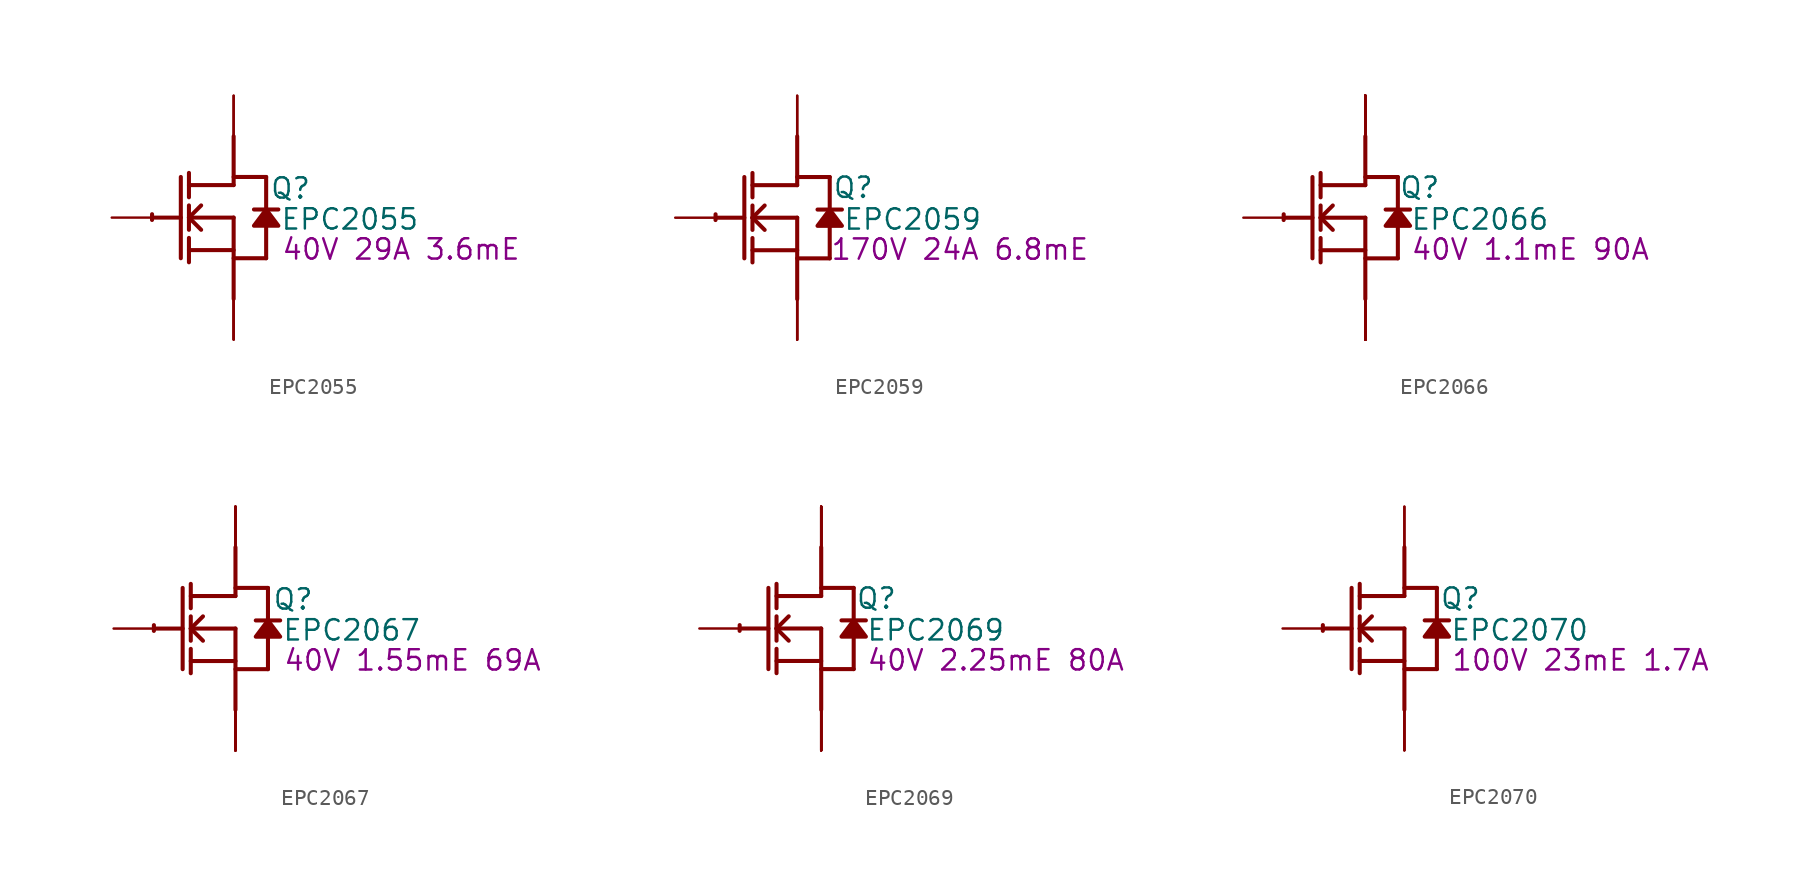
<source format=kicad_sym>
(kicad_symbol_lib
  (version 20241209)
  (generator "kicad_symbol_editor")
  (generator_version "9.0")
  (symbol "EPC2055"
    (property "Reference" "Q"
      (at 3.556 1.829 0)
      (effects (font (size 1.27 1.27))))
    (property "Value" "EPC2055"
      (at 7.264 -0.102 0)
      (effects (font (size 1.27 1.27))))
    (property "Description" "40V 29A 3.6mE"
      (at 10.465 -1.981 0)
      (effects (font (size 1.27 1.27))))
    (symbol "EPC2055_1_0"
      (polyline (pts (xy -5.08 0) (xy -3.302 0)) (stroke (width 0.254) (type solid)) (fill (type none)))
      (polyline (pts (xy -3.302 2.54) (xy -3.302 -2.54)) (stroke (width 0.254) (type solid)) (fill (type none)))
      (polyline (pts (xy -2.794 1.27) (xy -2.794 2.794)) (stroke (width 0.254) (type solid)) (fill (type none)))
      (polyline (pts (xy -2.794 0) (xy -2.032 0.762)) (stroke (width 0.254) (type solid)) (fill (type none)))
      (polyline (pts (xy -2.794 0) (xy 0 0)) (stroke (width 0.254) (type solid)) (fill (type none)))
      (polyline (pts (xy -2.794 -0.762) (xy -2.794 0.762)) (stroke (width 0.254) (type solid)) (fill (type none)))
      (polyline (pts (xy -2.794 -2.032) (xy 0 -2.032)) (stroke (width 0.254) (type solid)) (fill (type none)))
      (polyline (pts (xy -2.794 -2.794) (xy -2.794 -1.27)) (stroke (width 0.254) (type solid)) (fill (type none)))
      (polyline (pts (xy -2.032 -0.762) (xy -2.794 0)) (stroke (width 0.254) (type solid)) (fill (type none)))
      (polyline (pts (xy 0 2.54) (xy 2.032 2.54)) (stroke (width 0.254) (type solid)) (fill (type none)))
      (polyline (pts (xy 0 2.032) (xy -2.794 2.032)) (stroke (width 0.254) (type solid)) (fill (type none)))
      (polyline (pts (xy 0 2.032) (xy 0 5.08)) (stroke (width 0.254) (type solid)) (fill (type none)))
      (polyline (pts (xy 0 0) (xy 0 -5.08)) (stroke (width 0.254) (type solid)) (fill (type none)))
      (polyline (pts (xy 0 -2.54) (xy 2.032 -2.54)) (stroke (width 0.254) (type solid)) (fill (type none)))
      (arc (start -5.1019 -0.1467) (mid -5.1039 0.0331) (end -5.0996 0.2128) (stroke (width 0.254) (type solid)) (fill (type none)))
      (polyline (pts (xy 2.032 2.54) (xy 2.032 0.508)) (stroke (width 0.254) (type solid)) (fill (type none)))
      (polyline (pts (xy 2.032 0.508) (xy 1.27 -0.508) (xy 2.794 -0.508) (xy 2.032 0.508)) (stroke (width 0.254) (type solid)) (fill (type outline)))
      (polyline (pts (xy 2.032 -0.508) (xy 2.032 -2.54)) (stroke (width 0.254) (type solid)) (fill (type none)))
      (polyline (pts (xy 2.794 0.508) (xy 1.27 0.508)) (stroke (width 0.254) (type solid)) (fill (type none)))
      (pin passive line (at -7.62 0 0) (length 2.54) (name "G" (effects (font (size 0 0)))) (number "1" (effects (font (size 0 0)))))
      (pin open_collector line (at 0 7.62 270) (length 2.54) (name "D" (effects (font (size 0 0)))) (number "3" (effects (font (size 0 0)))))
      (pin open_collector line (at 0 7.62 270) (length 2.54) (name "D" (effects (font (size 0 0)))) (number "5" (effects (font (size 0 0)))))
      (pin open_emitter line (at 0 -7.62 90) (length 2.54) (name "S" (effects (font (size 0 0)))) (number "2" (effects (font (size 0 0)))))
      (pin open_emitter line (at 0 -7.62 90) (length 2.54) (name "S" (effects (font (size 0 0)))) (number "4" (effects (font (size 0 0)))))
      (pin open_emitter line (at 0 -7.62 90) (length 2.54) (name "S" (effects (font (size 0 0)))) (number "6" (effects (font (size 0 0)))))))
  (symbol "EPC2059"
    (property "Reference" "Q"
      (at 3.505 1.88 0)
      (effects (font (size 1.27 1.27))))
    (property "Value" "EPC2059"
      (at 7.214 -0.102 0)
      (effects (font (size 1.27 1.27))))
    (property "Description" "170V 24A 6.8mE"
      (at 10.16 -1.981 0)
      (effects (font (size 1.27 1.27))))
    (symbol "EPC2059_1_0"
      (polyline (pts (xy -5.08 0) (xy -3.302 0)) (stroke (width 0.254) (type solid)) (fill (type none)))
      (polyline (pts (xy -3.302 2.54) (xy -3.302 -2.54)) (stroke (width 0.254) (type solid)) (fill (type none)))
      (polyline (pts (xy -2.794 1.27) (xy -2.794 2.794)) (stroke (width 0.254) (type solid)) (fill (type none)))
      (polyline (pts (xy -2.794 0) (xy -2.032 0.762)) (stroke (width 0.254) (type solid)) (fill (type none)))
      (polyline (pts (xy -2.794 0) (xy 0 0)) (stroke (width 0.254) (type solid)) (fill (type none)))
      (polyline (pts (xy -2.794 -0.762) (xy -2.794 0.762)) (stroke (width 0.254) (type solid)) (fill (type none)))
      (polyline (pts (xy -2.794 -2.032) (xy 0 -2.032)) (stroke (width 0.254) (type solid)) (fill (type none)))
      (polyline (pts (xy -2.794 -2.794) (xy -2.794 -1.27)) (stroke (width 0.254) (type solid)) (fill (type none)))
      (polyline (pts (xy -2.032 -0.762) (xy -2.794 0)) (stroke (width 0.254) (type solid)) (fill (type none)))
      (polyline (pts (xy 0 2.54) (xy 2.032 2.54)) (stroke (width 0.254) (type solid)) (fill (type none)))
      (polyline (pts (xy 0 2.032) (xy -2.794 2.032)) (stroke (width 0.254) (type solid)) (fill (type none)))
      (polyline (pts (xy 0 2.032) (xy 0 5.08)) (stroke (width 0.254) (type solid)) (fill (type none)))
      (polyline (pts (xy 0 0) (xy 0 -5.08)) (stroke (width 0.254) (type solid)) (fill (type none)))
      (polyline (pts (xy 0 -2.54) (xy 2.032 -2.54)) (stroke (width 0.254) (type solid)) (fill (type none)))
      (arc (start -5.1019 -0.1467) (mid -5.1039 0.0331) (end -5.0996 0.2128) (stroke (width 0.254) (type solid)) (fill (type none)))
      (polyline (pts (xy 2.032 2.54) (xy 2.032 0.508)) (stroke (width 0.254) (type solid)) (fill (type none)))
      (polyline (pts (xy 2.032 0.508) (xy 1.27 -0.508) (xy 2.794 -0.508) (xy 2.032 0.508)) (stroke (width 0.254) (type solid)) (fill (type outline)))
      (polyline (pts (xy 2.032 -0.508) (xy 2.032 -2.54)) (stroke (width 0.254) (type solid)) (fill (type none)))
      (polyline (pts (xy 2.794 0.508) (xy 1.27 0.508)) (stroke (width 0.254) (type solid)) (fill (type none)))
      (pin passive line (at -7.62 0 0) (length 2.54) (name "G" (effects (font (size 0 0)))) (number "1" (effects (font (size 0 0)))))
      (pin passive line (at 0 7.62 270) (length 2.54) (name "D" (effects (font (size 0 0)))) (number "3" (effects (font (size 0 0)))))
      (pin passive line (at 0 7.62 270) (length 2.54) (name "D" (effects (font (size 0 0)))) (number "5" (effects (font (size 0 0)))))
      (pin passive line (at 0 -7.62 90) (length 2.54) (name "S" (effects (font (size 0 0)))) (number "2" (effects (font (size 0 0)))))
      (pin passive line (at 0 -7.62 90) (length 2.54) (name "S" (effects (font (size 0 0)))) (number "4" (effects (font (size 0 0)))))
      (pin passive line (at 0 -7.62 90) (length 2.54) (name "S" (effects (font (size 0 0)))) (number "6" (effects (font (size 0 0)))))))
  (symbol "EPC2066"
    (property "Reference" "Q"
      (at 3.404 1.88 0)
      (effects (font (size 1.27 1.27))))
    (property "Value" "EPC2066"
      (at 7.163 -0.102 0)
      (effects (font (size 1.27 1.27))))
    (property "Description" "40V 1.1mE 90A"
      (at 10.312 -1.981 0)
      (effects (font (size 1.27 1.27))))
    (symbol "EPC2066_1_0"
      (polyline (pts (xy -5.08 0) (xy -3.302 0)) (stroke (width 0.254) (type solid)) (fill (type none)))
      (polyline (pts (xy -3.302 2.54) (xy -3.302 -2.54)) (stroke (width 0.254) (type solid)) (fill (type none)))
      (polyline (pts (xy -2.794 1.27) (xy -2.794 2.794)) (stroke (width 0.254) (type solid)) (fill (type none)))
      (polyline (pts (xy -2.794 0) (xy -2.032 0.762)) (stroke (width 0.254) (type solid)) (fill (type none)))
      (polyline (pts (xy -2.794 0) (xy 0 0)) (stroke (width 0.254) (type solid)) (fill (type none)))
      (polyline (pts (xy -2.794 -0.762) (xy -2.794 0.762)) (stroke (width 0.254) (type solid)) (fill (type none)))
      (polyline (pts (xy -2.794 -2.032) (xy 0 -2.032)) (stroke (width 0.254) (type solid)) (fill (type none)))
      (polyline (pts (xy -2.794 -2.794) (xy -2.794 -1.27)) (stroke (width 0.254) (type solid)) (fill (type none)))
      (polyline (pts (xy -2.032 -0.762) (xy -2.794 0)) (stroke (width 0.254) (type solid)) (fill (type none)))
      (polyline (pts (xy 0 2.54) (xy 2.032 2.54)) (stroke (width 0.254) (type solid)) (fill (type none)))
      (polyline (pts (xy 0 2.032) (xy -2.794 2.032)) (stroke (width 0.254) (type solid)) (fill (type none)))
      (polyline (pts (xy 0 2.032) (xy 0 5.08)) (stroke (width 0.254) (type solid)) (fill (type none)))
      (polyline (pts (xy 0 0) (xy 0 -5.08)) (stroke (width 0.254) (type solid)) (fill (type none)))
      (polyline (pts (xy 0 -2.54) (xy 2.032 -2.54)) (stroke (width 0.254) (type solid)) (fill (type none)))
      (arc (start -5.1019 -0.1467) (mid -5.1039 0.0331) (end -5.0996 0.2128) (stroke (width 0.254) (type solid)) (fill (type none)))
      (polyline (pts (xy 2.032 2.54) (xy 2.032 0.508)) (stroke (width 0.254) (type solid)) (fill (type none)))
      (polyline (pts (xy 2.032 0.508) (xy 1.27 -0.508) (xy 2.794 -0.508) (xy 2.032 0.508)) (stroke (width 0.254) (type solid)) (fill (type outline)))
      (polyline (pts (xy 2.032 -0.508) (xy 2.032 -2.54)) (stroke (width 0.254) (type solid)) (fill (type none)))
      (polyline (pts (xy 2.794 0.508) (xy 1.27 0.508)) (stroke (width 0.254) (type solid)) (fill (type none)))
      (pin passive line (at -7.62 0 0) (length 2.54) (name "G" (effects (font (size 0 0)))) (number "1" (effects (font (size 0 0)))))
      (pin open_collector line (at 0 7.62 270) (length 2.54) (name "D5" (effects (font (size 0 0)))) (number "11" (effects (font (size 0 0)))))
      (pin open_collector line (at 0 7.62 270) (length 2.54) (name "D6" (effects (font (size 0 0)))) (number "12" (effects (font (size 0 0)))))
      (pin open_collector line (at 0 7.62 270) (length 2.54) (name "D7" (effects (font (size 0 0)))) (number "15" (effects (font (size 0 0)))))
      (pin open_collector line (at 0 7.62 270) (length 2.54) (name "D8" (effects (font (size 0 0)))) (number "16" (effects (font (size 0 0)))))
      (pin open_collector line (at 0 7.62 270) (length 2.54) (name "D9" (effects (font (size 0 0)))) (number "19" (effects (font (size 0 0)))))
      (pin open_collector line (at 0 7.62 270) (length 2.54) (name "D10" (effects (font (size 0 0)))) (number "20" (effects (font (size 0 0)))))
      (pin open_collector line (at 0 7.62 270) (length 2.54) (name "D11" (effects (font (size 0 0)))) (number "23" (effects (font (size 0 0)))))
      (pin open_collector line (at 0 7.62 270) (length 2.54) (name "D12" (effects (font (size 0 0)))) (number "24" (effects (font (size 0 0)))))
      (pin open_collector line (at 0 7.62 270) (length 2.54) (name "D13" (effects (font (size 0 0)))) (number "27" (effects (font (size 0 0)))))
      (pin open_collector line (at 0 7.62 270) (length 2.54) (name "D14" (effects (font (size 0 0)))) (number "28" (effects (font (size 0 0)))))
      (pin open_collector line (at 0 7.62 270) (length 2.54) (name "D1" (effects (font (size 0 0)))) (number "3" (effects (font (size 0 0)))))
      (pin open_collector line (at 0 7.62 270) (length 2.54) (name "D2" (effects (font (size 0 0)))) (number "4" (effects (font (size 0 0)))))
      (pin open_collector line (at 0 7.62 270) (length 2.54) (name "D3" (effects (font (size 0 0)))) (number "7" (effects (font (size 0 0)))))
      (pin open_collector line (at 0 7.62 270) (length 2.54) (name "D4" (effects (font (size 0 0)))) (number "8" (effects (font (size 0 0)))))
      (pin open_emitter line (at 0 -7.62 90) (length 2.54) (name "S5" (effects (font (size 0 0)))) (number "10" (effects (font (size 0 0)))))
      (pin open_emitter line (at 0 -7.62 90) (length 2.54) (name "S6" (effects (font (size 0 0)))) (number "13" (effects (font (size 0 0)))))
      (pin open_emitter line (at 0 -7.62 90) (length 2.54) (name "S7" (effects (font (size 0 0)))) (number "14" (effects (font (size 0 0)))))
      (pin open_emitter line (at 0 -7.62 90) (length 2.54) (name "S8" (effects (font (size 0 0)))) (number "17" (effects (font (size 0 0)))))
      (pin open_emitter line (at 0 -7.62 90) (length 2.54) (name "S9" (effects (font (size 0 0)))) (number "18" (effects (font (size 0 0)))))
      (pin open_emitter line (at 0 -7.62 90) (length 2.54) (name "S1" (effects (font (size 0 0)))) (number "2" (effects (font (size 0 0)))))
      (pin open_emitter line (at 0 -7.62 90) (length 2.54) (name "S10" (effects (font (size 0 0)))) (number "21" (effects (font (size 0 0)))))
      (pin open_emitter line (at 0 -7.62 90) (length 2.54) (name "S11" (effects (font (size 0 0)))) (number "22" (effects (font (size 0 0)))))
      (pin open_emitter line (at 0 -7.62 90) (length 2.54) (name "S12" (effects (font (size 0 0)))) (number "25" (effects (font (size 0 0)))))
      (pin open_emitter line (at 0 -7.62 90) (length 2.54) (name "S13" (effects (font (size 0 0)))) (number "26" (effects (font (size 0 0)))))
      (pin open_emitter line (at 0 -7.62 90) (length 2.54) (name "S14" (effects (font (size 0 0)))) (number "29" (effects (font (size 0 0)))))
      (pin open_emitter line (at 0 -7.62 90) (length 2.54) (name "Sub" (effects (font (size 0 0)))) (number "30" (effects (font (size 0 0)))))
      (pin open_emitter line (at 0 -7.62 90) (length 2.54) (name "S2" (effects (font (size 0 0)))) (number "5" (effects (font (size 0 0)))))
      (pin open_emitter line (at 0 -7.62 90) (length 2.54) (name "S3" (effects (font (size 0 0)))) (number "6" (effects (font (size 0 0)))))
      (pin open_emitter line (at 0 -7.62 90) (length 2.54) (name "S4" (effects (font (size 0 0)))) (number "9" (effects (font (size 0 0)))))))
  (symbol "EPC2067"
    (property "Reference" "Q"
      (at 3.607 1.829 0)
      (effects (font (size 1.27 1.27))))
    (property "Value" "EPC2067"
      (at 7.264 -0.102 0)
      (effects (font (size 1.27 1.27))))
    (property "Description" "40V 1.55mE 69A"
      (at 11.074 -1.981 0)
      (effects (font (size 1.27 1.27))))
    (symbol "EPC2067_1_0"
      (polyline (pts (xy -5.08 0) (xy -3.302 0)) (stroke (width 0.254) (type solid)) (fill (type none)))
      (polyline (pts (xy -3.302 2.54) (xy -3.302 -2.54)) (stroke (width 0.254) (type solid)) (fill (type none)))
      (polyline (pts (xy -2.794 1.27) (xy -2.794 2.794)) (stroke (width 0.254) (type solid)) (fill (type none)))
      (polyline (pts (xy -2.794 0) (xy -2.032 0.762)) (stroke (width 0.254) (type solid)) (fill (type none)))
      (polyline (pts (xy -2.794 0) (xy 0 0)) (stroke (width 0.254) (type solid)) (fill (type none)))
      (polyline (pts (xy -2.794 -0.762) (xy -2.794 0.762)) (stroke (width 0.254) (type solid)) (fill (type none)))
      (polyline (pts (xy -2.794 -2.032) (xy 0 -2.032)) (stroke (width 0.254) (type solid)) (fill (type none)))
      (polyline (pts (xy -2.794 -2.794) (xy -2.794 -1.27)) (stroke (width 0.254) (type solid)) (fill (type none)))
      (polyline (pts (xy -2.032 -0.762) (xy -2.794 0)) (stroke (width 0.254) (type solid)) (fill (type none)))
      (polyline (pts (xy 0 2.54) (xy 2.032 2.54)) (stroke (width 0.254) (type solid)) (fill (type none)))
      (polyline (pts (xy 0 2.032) (xy -2.794 2.032)) (stroke (width 0.254) (type solid)) (fill (type none)))
      (polyline (pts (xy 0 2.032) (xy 0 5.08)) (stroke (width 0.254) (type solid)) (fill (type none)))
      (polyline (pts (xy 0 0) (xy 0 -5.08)) (stroke (width 0.254) (type solid)) (fill (type none)))
      (polyline (pts (xy 0 -2.54) (xy 2.032 -2.54)) (stroke (width 0.254) (type solid)) (fill (type none)))
      (arc (start -5.1019 -0.1467) (mid -5.1039 0.0331) (end -5.0996 0.2128) (stroke (width 0.254) (type solid)) (fill (type none)))
      (polyline (pts (xy 2.032 2.54) (xy 2.032 0.508)) (stroke (width 0.254) (type solid)) (fill (type none)))
      (polyline (pts (xy 2.032 0.508) (xy 1.27 -0.508) (xy 2.794 -0.508) (xy 2.032 0.508)) (stroke (width 0.254) (type solid)) (fill (type outline)))
      (polyline (pts (xy 2.032 -0.508) (xy 2.032 -2.54)) (stroke (width 0.254) (type solid)) (fill (type none)))
      (polyline (pts (xy 2.794 0.508) (xy 1.27 0.508)) (stroke (width 0.254) (type solid)) (fill (type none)))
      (pin passive line (at -7.62 0 0) (length 2.54) (name "G" (effects (font (size 0 0)))) (number "1" (effects (font (size 0 0)))))
      (pin open_collector line (at 0 7.62 270) (length 2.54) (name "D5" (effects (font (size 0 0)))) (number "11" (effects (font (size 0 0)))))
      (pin open_collector line (at 0 7.62 270) (length 2.54) (name "D6" (effects (font (size 0 0)))) (number "12" (effects (font (size 0 0)))))
      (pin open_collector line (at 0 7.62 270) (length 2.54) (name "D1" (effects (font (size 0 0)))) (number "3" (effects (font (size 0 0)))))
      (pin open_collector line (at 0 7.62 270) (length 2.54) (name "D2" (effects (font (size 0 0)))) (number "4" (effects (font (size 0 0)))))
      (pin open_collector line (at 0 7.62 270) (length 2.54) (name "D3" (effects (font (size 0 0)))) (number "7" (effects (font (size 0 0)))))
      (pin open_collector line (at 0 7.62 270) (length 2.54) (name "D4" (effects (font (size 0 0)))) (number "8" (effects (font (size 0 0)))))
      (pin open_emitter line (at 0 -7.62 90) (length 2.54) (name "S5" (effects (font (size 0 0)))) (number "10" (effects (font (size 0 0)))))
      (pin open_emitter line (at 0 -7.62 90) (length 2.54) (name "S6" (effects (font (size 0 0)))) (number "13" (effects (font (size 0 0)))))
      (pin open_emitter line (at 0 -7.62 90) (length 2.54) (name "S7" (effects (font (size 0 0)))) (number "14" (effects (font (size 0 0)))))
      (pin open_emitter line (at 0 -7.62 90) (length 2.54) (name "S1" (effects (font (size 0 0)))) (number "2" (effects (font (size 0 0)))))
      (pin open_emitter line (at 0 -7.62 90) (length 2.54) (name "S2" (effects (font (size 0 0)))) (number "5" (effects (font (size 0 0)))))
      (pin open_emitter line (at 0 -7.62 90) (length 2.54) (name "S3" (effects (font (size 0 0)))) (number "6" (effects (font (size 0 0)))))
      (pin open_emitter line (at 0 -7.62 90) (length 2.54) (name "S4" (effects (font (size 0 0)))) (number "9" (effects (font (size 0 0)))))))
  (symbol "EPC2069"
    (property "Reference" "Q"
      (at 3.454 1.88 0)
      (effects (font (size 1.27 1.27))))
    (property "Value" "EPC2069"
      (at 7.163 -0.102 0)
      (effects (font (size 1.27 1.27))))
    (property "Description" "40V 2.25mE 80A"
      (at 10.922 -1.981 0)
      (effects (font (size 1.27 1.27))))
    (symbol "EPC2069_1_0"
      (polyline (pts (xy -5.08 0) (xy -3.302 0)) (stroke (width 0.254) (type solid)) (fill (type none)))
      (polyline (pts (xy -3.302 2.54) (xy -3.302 -2.54)) (stroke (width 0.254) (type solid)) (fill (type none)))
      (polyline (pts (xy -2.794 1.27) (xy -2.794 2.794)) (stroke (width 0.254) (type solid)) (fill (type none)))
      (polyline (pts (xy -2.794 0) (xy -2.032 0.762)) (stroke (width 0.254) (type solid)) (fill (type none)))
      (polyline (pts (xy -2.794 0) (xy 0 0)) (stroke (width 0.254) (type solid)) (fill (type none)))
      (polyline (pts (xy -2.794 -0.762) (xy -2.794 0.762)) (stroke (width 0.254) (type solid)) (fill (type none)))
      (polyline (pts (xy -2.794 -2.032) (xy 0 -2.032)) (stroke (width 0.254) (type solid)) (fill (type none)))
      (polyline (pts (xy -2.794 -2.794) (xy -2.794 -1.27)) (stroke (width 0.254) (type solid)) (fill (type none)))
      (polyline (pts (xy -2.032 -0.762) (xy -2.794 0)) (stroke (width 0.254) (type solid)) (fill (type none)))
      (polyline (pts (xy 0 2.54) (xy 2.032 2.54)) (stroke (width 0.254) (type solid)) (fill (type none)))
      (polyline (pts (xy 0 2.032) (xy -2.794 2.032)) (stroke (width 0.254) (type solid)) (fill (type none)))
      (polyline (pts (xy 0 2.032) (xy 0 5.08)) (stroke (width 0.254) (type solid)) (fill (type none)))
      (polyline (pts (xy 0 0) (xy 0 -5.08)) (stroke (width 0.254) (type solid)) (fill (type none)))
      (polyline (pts (xy 0 -2.54) (xy 2.032 -2.54)) (stroke (width 0.254) (type solid)) (fill (type none)))
      (arc (start -5.1019 -0.1467) (mid -5.1039 0.0331) (end -5.0996 0.2128) (stroke (width 0.254) (type solid)) (fill (type none)))
      (polyline (pts (xy 2.032 2.54) (xy 2.032 0.508)) (stroke (width 0.254) (type solid)) (fill (type none)))
      (polyline (pts (xy 2.032 0.508) (xy 1.27 -0.508) (xy 2.794 -0.508) (xy 2.032 0.508)) (stroke (width 0.254) (type solid)) (fill (type outline)))
      (polyline (pts (xy 2.032 -0.508) (xy 2.032 -2.54)) (stroke (width 0.254) (type solid)) (fill (type none)))
      (polyline (pts (xy 2.794 0.508) (xy 1.27 0.508)) (stroke (width 0.254) (type solid)) (fill (type none)))
      (pin passive line (at -7.62 0 0) (length 2.54) (name "G" (effects (font (size 0 0)))) (number "1" (effects (font (size 0 0)))))
      (pin open_collector line (at 0 7.62 270) (length 2.54) (name "D5" (effects (font (size 0 0)))) (number "11" (effects (font (size 0 0)))))
      (pin open_collector line (at 0 7.62 270) (length 2.54) (name "D6" (effects (font (size 0 0)))) (number "12" (effects (font (size 0 0)))))
      (pin open_collector line (at 0 7.62 270) (length 2.54) (name "D7" (effects (font (size 0 0)))) (number "15" (effects (font (size 0 0)))))
      (pin open_collector line (at 0 7.62 270) (length 2.54) (name "D8" (effects (font (size 0 0)))) (number "16" (effects (font (size 0 0)))))
      (pin open_collector line (at 0 7.62 270) (length 2.54) (name "D1" (effects (font (size 0 0)))) (number "3" (effects (font (size 0 0)))))
      (pin open_collector line (at 0 7.62 270) (length 2.54) (name "D2" (effects (font (size 0 0)))) (number "4" (effects (font (size 0 0)))))
      (pin open_collector line (at 0 7.62 270) (length 2.54) (name "D3" (effects (font (size 0 0)))) (number "7" (effects (font (size 0 0)))))
      (pin open_collector line (at 0 7.62 270) (length 2.54) (name "D4" (effects (font (size 0 0)))) (number "8" (effects (font (size 0 0)))))
      (pin open_emitter line (at 0 -7.62 90) (length 2.54) (name "S5" (effects (font (size 0 0)))) (number "10" (effects (font (size 0 0)))))
      (pin open_emitter line (at 0 -7.62 90) (length 2.54) (name "S6" (effects (font (size 0 0)))) (number "13" (effects (font (size 0 0)))))
      (pin open_emitter line (at 0 -7.62 90) (length 2.54) (name "S7" (effects (font (size 0 0)))) (number "14" (effects (font (size 0 0)))))
      (pin open_emitter line (at 0 -7.62 90) (length 2.54) (name "S1" (effects (font (size 0 0)))) (number "2" (effects (font (size 0 0)))))
      (pin open_emitter line (at 0 -7.62 90) (length 2.54) (name "S2" (effects (font (size 0 0)))) (number "5" (effects (font (size 0 0)))))
      (pin open_emitter line (at 0 -7.62 90) (length 2.54) (name "S3" (effects (font (size 0 0)))) (number "6" (effects (font (size 0 0)))))
      (pin open_emitter line (at 0 -7.62 90) (length 2.54) (name "S4" (effects (font (size 0 0)))) (number "9" (effects (font (size 0 0)))))))
  (symbol "EPC2070"
    (property "Reference" "Q"
      (at 3.505 1.88 0)
      (effects (font (size 1.27 1.27))))
    (property "Value" "EPC2070"
      (at 7.214 -0.102 0)
      (effects (font (size 1.27 1.27))))
    (property "Description" "100V 23mE 1.7A"
      (at 11.024 -1.981 0)
      (effects (font (size 1.27 1.27))))
    (symbol "EPC2070_1_0"
      (polyline (pts (xy -5.08 0) (xy -3.302 0)) (stroke (width 0.254) (type solid)) (fill (type none)))
      (polyline (pts (xy -3.302 2.54) (xy -3.302 -2.54)) (stroke (width 0.254) (type solid)) (fill (type none)))
      (polyline (pts (xy -2.794 1.27) (xy -2.794 2.794)) (stroke (width 0.254) (type solid)) (fill (type none)))
      (polyline (pts (xy -2.794 0) (xy -2.032 0.762)) (stroke (width 0.254) (type solid)) (fill (type none)))
      (polyline (pts (xy -2.794 0) (xy 0 0)) (stroke (width 0.254) (type solid)) (fill (type none)))
      (polyline (pts (xy -2.794 -0.762) (xy -2.794 0.762)) (stroke (width 0.254) (type solid)) (fill (type none)))
      (polyline (pts (xy -2.794 -2.032) (xy 0 -2.032)) (stroke (width 0.254) (type solid)) (fill (type none)))
      (polyline (pts (xy -2.794 -2.794) (xy -2.794 -1.27)) (stroke (width 0.254) (type solid)) (fill (type none)))
      (polyline (pts (xy -2.032 -0.762) (xy -2.794 0)) (stroke (width 0.254) (type solid)) (fill (type none)))
      (polyline (pts (xy 0 2.54) (xy 2.032 2.54)) (stroke (width 0.254) (type solid)) (fill (type none)))
      (polyline (pts (xy 0 2.032) (xy -2.794 2.032)) (stroke (width 0.254) (type solid)) (fill (type none)))
      (polyline (pts (xy 0 2.032) (xy 0 5.08)) (stroke (width 0.254) (type solid)) (fill (type none)))
      (polyline (pts (xy 0 0) (xy 0 -5.08)) (stroke (width 0.254) (type solid)) (fill (type none)))
      (polyline (pts (xy 0 -2.54) (xy 2.032 -2.54)) (stroke (width 0.254) (type solid)) (fill (type none)))
      (arc (start -5.1019 -0.1467) (mid -5.1039 0.0331) (end -5.0996 0.2128) (stroke (width 0.254) (type solid)) (fill (type none)))
      (polyline (pts (xy 2.032 2.54) (xy 2.032 0.508)) (stroke (width 0.254) (type solid)) (fill (type none)))
      (polyline (pts (xy 2.032 0.508) (xy 1.27 -0.508) (xy 2.794 -0.508) (xy 2.032 0.508)) (stroke (width 0.254) (type solid)) (fill (type outline)))
      (polyline (pts (xy 2.032 -0.508) (xy 2.032 -2.54)) (stroke (width 0.254) (type solid)) (fill (type none)))
      (polyline (pts (xy 2.794 0.508) (xy 1.27 0.508)) (stroke (width 0.254) (type solid)) (fill (type none)))
      (pin passive line (at -7.62 0 0) (length 2.54) (name "G" (effects (font (size 0 0)))) (number "1" (effects (font (size 0 0)))))
      (pin open_collector line (at 0 7.62 270) (length 2.54) (name "D1" (effects (font (size 0 0)))) (number "3" (effects (font (size 0 0)))))
      (pin open_collector line (at 0 7.62 270) (length 2.54) (name "D2" (effects (font (size 0 0)))) (number "4" (effects (font (size 0 0)))))
      (pin open_emitter line (at 0 -7.62 90) (length 2.54) (name "S1" (effects (font (size 0 0)))) (number "2" (effects (font (size 0 0)))))
      (pin open_emitter line (at 0 -7.62 90) (length 2.54) (name "S2" (effects (font (size 0 0)))) (number "5" (effects (font (size 0 0)))))
      (pin open_emitter line (at 0 -7.62 90) (length 2.54) (name "Sub" (effects (font (size 0 0)))) (number "6" (effects (font (size 0 0))))))))
</source>
